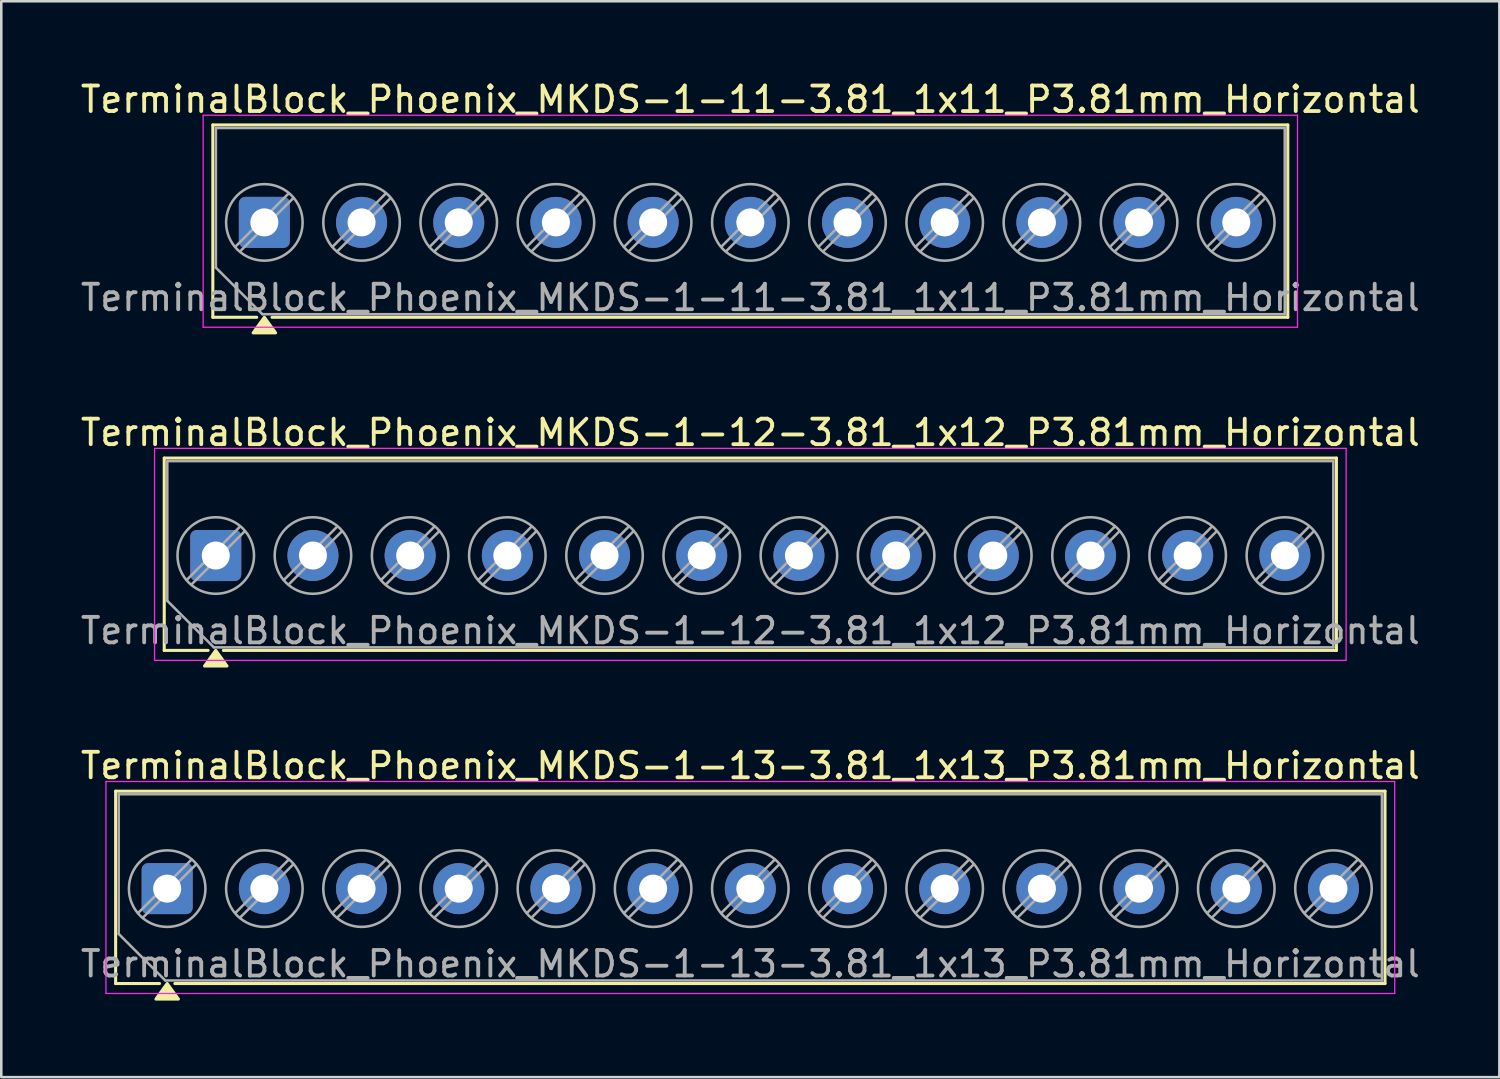
<source format=kicad_pcb>
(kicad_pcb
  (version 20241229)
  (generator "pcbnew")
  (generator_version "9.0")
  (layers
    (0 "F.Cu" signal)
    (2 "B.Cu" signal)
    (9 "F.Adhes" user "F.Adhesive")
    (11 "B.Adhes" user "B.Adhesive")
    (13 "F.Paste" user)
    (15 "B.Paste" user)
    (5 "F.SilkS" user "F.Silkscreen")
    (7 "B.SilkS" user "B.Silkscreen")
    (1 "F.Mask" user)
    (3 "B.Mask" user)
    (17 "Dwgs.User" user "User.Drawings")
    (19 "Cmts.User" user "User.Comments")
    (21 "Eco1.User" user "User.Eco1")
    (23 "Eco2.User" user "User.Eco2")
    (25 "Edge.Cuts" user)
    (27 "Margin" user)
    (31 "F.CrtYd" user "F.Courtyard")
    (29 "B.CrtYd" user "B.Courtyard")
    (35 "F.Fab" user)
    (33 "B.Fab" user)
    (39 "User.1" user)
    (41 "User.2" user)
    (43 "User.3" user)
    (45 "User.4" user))
  (footprint "TerminalBlock_Phoenix_MKDS-1-13-3.81_1x13_P3.81mm_Horizontal"
    (layer "F.Cu")
    (at 3.503 31.785)
    (property "Reference" "TerminalBlock_Phoenix_MKDS-1-13-3.81_1x13_P3.81mm_Horizontal" (at 22.86 -4.82 0) (layer "F.SilkS") (effects (font (size 1 1) (thickness 0.15))))
    (attr through_hole)
    (fp_line (start -2.02 -3.82) (end -2.02 3.72) (stroke (width 0.12) (type solid)) (layer "F.SilkS"))
    (fp_line (start -2.02 -3.82) (end 47.74 -3.82) (stroke (width 0.12) (type solid)) (layer "F.SilkS"))
    (fp_line (start -2.02 3.72) (end -0.3 3.72) (stroke (width 0.12) (type solid)) (layer "F.SilkS"))
    (fp_line (start 0.3 3.72) (end 47.74 3.72) (stroke (width 0.12) (type solid)) (layer "F.SilkS"))
    (fp_line (start 47.74 -3.82) (end 47.74 3.72) (stroke (width 0.12) (type solid)) (layer "F.SilkS"))
    (fp_poly (pts (xy 0 3.72) (xy 0.44 4.33) (xy -0.44 4.33)) (stroke (width 0.12) (type solid)) (fill yes) (layer "F.SilkS"))
    (fp_line (start -2.4 -4.2) (end -2.4 4.11) (stroke (width 0.05) (type solid)) (layer "F.CrtYd"))
    (fp_line (start -2.4 4.11) (end 48.12 4.11) (stroke (width 0.05) (type solid)) (layer "F.CrtYd"))
    (fp_line (start 48.12 -4.2) (end -2.4 -4.2) (stroke (width 0.05) (type solid)) (layer "F.CrtYd"))
    (fp_line (start 48.12 4.11) (end 48.12 -4.2) (stroke (width 0.05) (type solid)) (layer "F.CrtYd"))
    (fp_line (start -1.9 -3.7) (end 47.62 -3.7) (stroke (width 0.1) (type solid)) (layer "F.Fab"))
    (fp_line (start -1.9 1.775) (end -1.9 -3.7) (stroke (width 0.1) (type solid)) (layer "F.Fab"))
    (fp_line (start -0.075 3.6) (end -1.9 1.775) (stroke (width 0.1) (type solid)) (layer "F.Fab"))
    (fp_line (start 0.955 -1.138) (end -1.138 0.955) (stroke (width 0.1) (type solid)) (layer "F.Fab"))
    (fp_line (start 1.138 -0.955) (end -0.955 1.138) (stroke (width 0.1) (type solid)) (layer "F.Fab"))
    (fp_line (start 4.765 -1.138) (end 2.672 0.955) (stroke (width 0.1) (type solid)) (layer "F.Fab"))
    (fp_line (start 4.948 -0.955) (end 2.855 1.138) (stroke (width 0.1) (type solid)) (layer "F.Fab"))
    (fp_line (start 8.575 -1.138) (end 6.482 0.955) (stroke (width 0.1) (type solid)) (layer "F.Fab"))
    (fp_line (start 8.758 -0.955) (end 6.665 1.138) (stroke (width 0.1) (type solid)) (layer "F.Fab"))
    (fp_line (start 12.385 -1.138) (end 10.292 0.955) (stroke (width 0.1) (type solid)) (layer "F.Fab"))
    (fp_line (start 12.568 -0.955) (end 10.475 1.138) (stroke (width 0.1) (type solid)) (layer "F.Fab"))
    (fp_line (start 16.195 -1.138) (end 14.102 0.955) (stroke (width 0.1) (type solid)) (layer "F.Fab"))
    (fp_line (start 16.378 -0.955) (end 14.285 1.138) (stroke (width 0.1) (type solid)) (layer "F.Fab"))
    (fp_line (start 20.005 -1.138) (end 17.912 0.955) (stroke (width 0.1) (type solid)) (layer "F.Fab"))
    (fp_line (start 20.188 -0.955) (end 18.095 1.138) (stroke (width 0.1) (type solid)) (layer "F.Fab"))
    (fp_line (start 23.815 -1.138) (end 21.722 0.955) (stroke (width 0.1) (type solid)) (layer "F.Fab"))
    (fp_line (start 23.998 -0.955) (end 21.905 1.138) (stroke (width 0.1) (type solid)) (layer "F.Fab"))
    (fp_line (start 27.625 -1.138) (end 25.532 0.955) (stroke (width 0.1) (type solid)) (layer "F.Fab"))
    (fp_line (start 27.808 -0.955) (end 25.715 1.138) (stroke (width 0.1) (type solid)) (layer "F.Fab"))
    (fp_line (start 31.435 -1.138) (end 29.342 0.955) (stroke (width 0.1) (type solid)) (layer "F.Fab"))
    (fp_line (start 31.618 -0.955) (end 29.525 1.138) (stroke (width 0.1) (type solid)) (layer "F.Fab"))
    (fp_line (start 35.245 -1.138) (end 33.152 0.955) (stroke (width 0.1) (type solid)) (layer "F.Fab"))
    (fp_line (start 35.428 -0.955) (end 33.335 1.138) (stroke (width 0.1) (type solid)) (layer "F.Fab"))
    (fp_line (start 39.055 -1.138) (end 36.962 0.955) (stroke (width 0.1) (type solid)) (layer "F.Fab"))
    (fp_line (start 39.238 -0.955) (end 37.145 1.138) (stroke (width 0.1) (type solid)) (layer "F.Fab"))
    (fp_line (start 42.865 -1.138) (end 40.772 0.955) (stroke (width 0.1) (type solid)) (layer "F.Fab"))
    (fp_line (start 43.048 -0.955) (end 40.955 1.138) (stroke (width 0.1) (type solid)) (layer "F.Fab"))
    (fp_line (start 46.675 -1.138) (end 44.582 0.955) (stroke (width 0.1) (type solid)) (layer "F.Fab"))
    (fp_line (start 46.858 -0.955) (end 44.765 1.138) (stroke (width 0.1) (type solid)) (layer "F.Fab"))
    (fp_line (start 47.62 -3.7) (end 47.62 3.6) (stroke (width 0.1) (type solid)) (layer "F.Fab"))
    (fp_line (start 47.62 3.6) (end -0.075 3.6) (stroke (width 0.1) (type solid)) (layer "F.Fab"))
    (fp_circle (center 0 0) (end 1.5 0) (stroke (width 0.1) (type solid)) (fill no) (layer "F.Fab"))
    (fp_circle (center 3.81 0) (end 5.31 0) (stroke (width 0.1) (type solid)) (fill no) (layer "F.Fab"))
    (fp_circle (center 7.62 0) (end 9.12 0) (stroke (width 0.1) (type solid)) (fill no) (layer "F.Fab"))
    (fp_circle (center 11.43 0) (end 12.93 0) (stroke (width 0.1) (type solid)) (fill no) (layer "F.Fab"))
    (fp_circle (center 15.24 0) (end 16.74 0) (stroke (width 0.1) (type solid)) (fill no) (layer "F.Fab"))
    (fp_circle (center 19.05 0) (end 20.55 0) (stroke (width 0.1) (type solid)) (fill no) (layer "F.Fab"))
    (fp_circle (center 22.86 0) (end 24.36 0) (stroke (width 0.1) (type solid)) (fill no) (layer "F.Fab"))
    (fp_circle (center 26.67 0) (end 28.17 0) (stroke (width 0.1) (type solid)) (fill no) (layer "F.Fab"))
    (fp_circle (center 30.48 0) (end 31.98 0) (stroke (width 0.1) (type solid)) (fill no) (layer "F.Fab"))
    (fp_circle (center 34.29 0) (end 35.79 0) (stroke (width 0.1) (type solid)) (fill no) (layer "F.Fab"))
    (fp_circle (center 38.1 0) (end 39.6 0) (stroke (width 0.1) (type solid)) (fill no) (layer "F.Fab"))
    (fp_circle (center 41.91 0) (end 43.41 0) (stroke (width 0.1) (type solid)) (fill no) (layer "F.Fab"))
    (fp_circle (center 45.72 0) (end 47.22 0) (stroke (width 0.1) (type solid)) (fill no) (layer "F.Fab"))
    (fp_text user "${REFERENCE}" (at 22.86 2.95 0) (layer "F.Fab") (effects (font (size 1 1) (thickness 0.15))))
    (pad "1" thru_hole roundrect (at 0 0) (size 2 2) (drill 1.1) (layers "*.Cu" "*.Mask") (roundrect_rratio 0.125))
    (pad "2" thru_hole circle (at 3.81 0) (size 2 2) (drill 1.1) (layers "*.Cu" "*.Mask"))
    (pad "3" thru_hole circle (at 7.62 0) (size 2 2) (drill 1.1) (layers "*.Cu" "*.Mask"))
    (pad "4" thru_hole circle (at 11.43 0) (size 2 2) (drill 1.1) (layers "*.Cu" "*.Mask"))
    (pad "5" thru_hole circle (at 15.24 0) (size 2 2) (drill 1.1) (layers "*.Cu" "*.Mask"))
    (pad "6" thru_hole circle (at 19.05 0) (size 2 2) (drill 1.1) (layers "*.Cu" "*.Mask"))
    (pad "7" thru_hole circle (at 22.86 0) (size 2 2) (drill 1.1) (layers "*.Cu" "*.Mask"))
    (pad "8" thru_hole circle (at 26.67 0) (size 2 2) (drill 1.1) (layers "*.Cu" "*.Mask"))
    (pad "9" thru_hole circle (at 30.48 0) (size 2 2) (drill 1.1) (layers "*.Cu" "*.Mask"))
    (pad "10" thru_hole circle (at 34.29 0) (size 2 2) (drill 1.1) (layers "*.Cu" "*.Mask"))
    (pad "11" thru_hole circle (at 38.1 0) (size 2 2) (drill 1.1) (layers "*.Cu" "*.Mask"))
    (pad "12" thru_hole circle (at 41.91 0) (size 2 2) (drill 1.1) (layers "*.Cu" "*.Mask"))
    (pad "13" thru_hole circle (at 45.72 0) (size 2 2) (drill 1.1) (layers "*.Cu" "*.Mask")))
  (footprint "TerminalBlock_Phoenix_MKDS-1-11-3.81_1x11_P3.81mm_Horizontal"
    (layer "F.Cu")
    (at 7.313 5.668)
    (property "Reference" "TerminalBlock_Phoenix_MKDS-1-11-3.81_1x11_P3.81mm_Horizontal" (at 19.05 -4.82 0) (layer "F.SilkS") (effects (font (size 1 1) (thickness 0.15))))
    (attr through_hole)
    (fp_line (start -2.02 -3.82) (end -2.02 3.72) (stroke (width 0.12) (type solid)) (layer "F.SilkS"))
    (fp_line (start -2.02 -3.82) (end 40.12 -3.82) (stroke (width 0.12) (type solid)) (layer "F.SilkS"))
    (fp_line (start -2.02 3.72) (end -0.3 3.72) (stroke (width 0.12) (type solid)) (layer "F.SilkS"))
    (fp_line (start 0.3 3.72) (end 40.12 3.72) (stroke (width 0.12) (type solid)) (layer "F.SilkS"))
    (fp_line (start 40.12 -3.82) (end 40.12 3.72) (stroke (width 0.12) (type solid)) (layer "F.SilkS"))
    (fp_poly (pts (xy 0 3.72) (xy 0.44 4.33) (xy -0.44 4.33)) (stroke (width 0.12) (type solid)) (fill yes) (layer "F.SilkS"))
    (fp_line (start -2.4 -4.2) (end -2.4 4.11) (stroke (width 0.05) (type solid)) (layer "F.CrtYd"))
    (fp_line (start -2.4 4.11) (end 40.5 4.11) (stroke (width 0.05) (type solid)) (layer "F.CrtYd"))
    (fp_line (start 40.5 -4.2) (end -2.4 -4.2) (stroke (width 0.05) (type solid)) (layer "F.CrtYd"))
    (fp_line (start 40.5 4.11) (end 40.5 -4.2) (stroke (width 0.05) (type solid)) (layer "F.CrtYd"))
    (fp_line (start -1.9 -3.7) (end 40 -3.7) (stroke (width 0.1) (type solid)) (layer "F.Fab"))
    (fp_line (start -1.9 1.775) (end -1.9 -3.7) (stroke (width 0.1) (type solid)) (layer "F.Fab"))
    (fp_line (start -0.075 3.6) (end -1.9 1.775) (stroke (width 0.1) (type solid)) (layer "F.Fab"))
    (fp_line (start 0.955 -1.138) (end -1.138 0.955) (stroke (width 0.1) (type solid)) (layer "F.Fab"))
    (fp_line (start 1.138 -0.955) (end -0.955 1.138) (stroke (width 0.1) (type solid)) (layer "F.Fab"))
    (fp_line (start 4.765 -1.138) (end 2.672 0.955) (stroke (width 0.1) (type solid)) (layer "F.Fab"))
    (fp_line (start 4.948 -0.955) (end 2.855 1.138) (stroke (width 0.1) (type solid)) (layer "F.Fab"))
    (fp_line (start 8.575 -1.138) (end 6.482 0.955) (stroke (width 0.1) (type solid)) (layer "F.Fab"))
    (fp_line (start 8.758 -0.955) (end 6.665 1.138) (stroke (width 0.1) (type solid)) (layer "F.Fab"))
    (fp_line (start 12.385 -1.138) (end 10.292 0.955) (stroke (width 0.1) (type solid)) (layer "F.Fab"))
    (fp_line (start 12.568 -0.955) (end 10.475 1.138) (stroke (width 0.1) (type solid)) (layer "F.Fab"))
    (fp_line (start 16.195 -1.138) (end 14.102 0.955) (stroke (width 0.1) (type solid)) (layer "F.Fab"))
    (fp_line (start 16.378 -0.955) (end 14.285 1.138) (stroke (width 0.1) (type solid)) (layer "F.Fab"))
    (fp_line (start 20.005 -1.138) (end 17.912 0.955) (stroke (width 0.1) (type solid)) (layer "F.Fab"))
    (fp_line (start 20.188 -0.955) (end 18.095 1.138) (stroke (width 0.1) (type solid)) (layer "F.Fab"))
    (fp_line (start 23.815 -1.138) (end 21.722 0.955) (stroke (width 0.1) (type solid)) (layer "F.Fab"))
    (fp_line (start 23.998 -0.955) (end 21.905 1.138) (stroke (width 0.1) (type solid)) (layer "F.Fab"))
    (fp_line (start 27.625 -1.138) (end 25.532 0.955) (stroke (width 0.1) (type solid)) (layer "F.Fab"))
    (fp_line (start 27.808 -0.955) (end 25.715 1.138) (stroke (width 0.1) (type solid)) (layer "F.Fab"))
    (fp_line (start 31.435 -1.138) (end 29.342 0.955) (stroke (width 0.1) (type solid)) (layer "F.Fab"))
    (fp_line (start 31.618 -0.955) (end 29.525 1.138) (stroke (width 0.1) (type solid)) (layer "F.Fab"))
    (fp_line (start 35.245 -1.138) (end 33.152 0.955) (stroke (width 0.1) (type solid)) (layer "F.Fab"))
    (fp_line (start 35.428 -0.955) (end 33.335 1.138) (stroke (width 0.1) (type solid)) (layer "F.Fab"))
    (fp_line (start 39.055 -1.138) (end 36.962 0.955) (stroke (width 0.1) (type solid)) (layer "F.Fab"))
    (fp_line (start 39.238 -0.955) (end 37.145 1.138) (stroke (width 0.1) (type solid)) (layer "F.Fab"))
    (fp_line (start 40 -3.7) (end 40 3.6) (stroke (width 0.1) (type solid)) (layer "F.Fab"))
    (fp_line (start 40 3.6) (end -0.075 3.6) (stroke (width 0.1) (type solid)) (layer "F.Fab"))
    (fp_circle (center 0 0) (end 1.5 0) (stroke (width 0.1) (type solid)) (fill no) (layer "F.Fab"))
    (fp_circle (center 3.81 0) (end 5.31 0) (stroke (width 0.1) (type solid)) (fill no) (layer "F.Fab"))
    (fp_circle (center 7.62 0) (end 9.12 0) (stroke (width 0.1) (type solid)) (fill no) (layer "F.Fab"))
    (fp_circle (center 11.43 0) (end 12.93 0) (stroke (width 0.1) (type solid)) (fill no) (layer "F.Fab"))
    (fp_circle (center 15.24 0) (end 16.74 0) (stroke (width 0.1) (type solid)) (fill no) (layer "F.Fab"))
    (fp_circle (center 19.05 0) (end 20.55 0) (stroke (width 0.1) (type solid)) (fill no) (layer "F.Fab"))
    (fp_circle (center 22.86 0) (end 24.36 0) (stroke (width 0.1) (type solid)) (fill no) (layer "F.Fab"))
    (fp_circle (center 26.67 0) (end 28.17 0) (stroke (width 0.1) (type solid)) (fill no) (layer "F.Fab"))
    (fp_circle (center 30.48 0) (end 31.98 0) (stroke (width 0.1) (type solid)) (fill no) (layer "F.Fab"))
    (fp_circle (center 34.29 0) (end 35.79 0) (stroke (width 0.1) (type solid)) (fill no) (layer "F.Fab"))
    (fp_circle (center 38.1 0) (end 39.6 0) (stroke (width 0.1) (type solid)) (fill no) (layer "F.Fab"))
    (fp_text user "${REFERENCE}" (at 19.05 2.95 0) (layer "F.Fab") (effects (font (size 1 1) (thickness 0.15))))
    (pad "1" thru_hole roundrect (at 0 0) (size 2 2) (drill 1.1) (layers "*.Cu" "*.Mask") (roundrect_rratio 0.125))
    (pad "2" thru_hole circle (at 3.81 0) (size 2 2) (drill 1.1) (layers "*.Cu" "*.Mask"))
    (pad "3" thru_hole circle (at 7.62 0) (size 2 2) (drill 1.1) (layers "*.Cu" "*.Mask"))
    (pad "4" thru_hole circle (at 11.43 0) (size 2 2) (drill 1.1) (layers "*.Cu" "*.Mask"))
    (pad "5" thru_hole circle (at 15.24 0) (size 2 2) (drill 1.1) (layers "*.Cu" "*.Mask"))
    (pad "6" thru_hole circle (at 19.05 0) (size 2 2) (drill 1.1) (layers "*.Cu" "*.Mask"))
    (pad "7" thru_hole circle (at 22.86 0) (size 2 2) (drill 1.1) (layers "*.Cu" "*.Mask"))
    (pad "8" thru_hole circle (at 26.67 0) (size 2 2) (drill 1.1) (layers "*.Cu" "*.Mask"))
    (pad "9" thru_hole circle (at 30.48 0) (size 2 2) (drill 1.1) (layers "*.Cu" "*.Mask"))
    (pad "10" thru_hole circle (at 34.29 0) (size 2 2) (drill 1.1) (layers "*.Cu" "*.Mask"))
    (pad "11" thru_hole circle (at 38.1 0) (size 2 2) (drill 1.1) (layers "*.Cu" "*.Mask")))
  (footprint "TerminalBlock_Phoenix_MKDS-1-12-3.81_1x12_P3.81mm_Horizontal"
    (layer "F.Cu")
    (at 5.408 18.727)
    (property "Reference" "TerminalBlock_Phoenix_MKDS-1-12-3.81_1x12_P3.81mm_Horizontal" (at 20.955 -4.82 0) (layer "F.SilkS") (effects (font (size 1 1) (thickness 0.15))))
    (attr through_hole)
    (fp_line (start -2.02 -3.82) (end -2.02 3.72) (stroke (width 0.12) (type solid)) (layer "F.SilkS"))
    (fp_line (start -2.02 -3.82) (end 43.93 -3.82) (stroke (width 0.12) (type solid)) (layer "F.SilkS"))
    (fp_line (start -2.02 3.72) (end -0.3 3.72) (stroke (width 0.12) (type solid)) (layer "F.SilkS"))
    (fp_line (start 0.3 3.72) (end 43.93 3.72) (stroke (width 0.12) (type solid)) (layer "F.SilkS"))
    (fp_line (start 43.93 -3.82) (end 43.93 3.72) (stroke (width 0.12) (type solid)) (layer "F.SilkS"))
    (fp_poly (pts (xy 0 3.72) (xy 0.44 4.33) (xy -0.44 4.33)) (stroke (width 0.12) (type solid)) (fill yes) (layer "F.SilkS"))
    (fp_line (start -2.4 -4.2) (end -2.4 4.11) (stroke (width 0.05) (type solid)) (layer "F.CrtYd"))
    (fp_line (start -2.4 4.11) (end 44.31 4.11) (stroke (width 0.05) (type solid)) (layer "F.CrtYd"))
    (fp_line (start 44.31 -4.2) (end -2.4 -4.2) (stroke (width 0.05) (type solid)) (layer "F.CrtYd"))
    (fp_line (start 44.31 4.11) (end 44.31 -4.2) (stroke (width 0.05) (type solid)) (layer "F.CrtYd"))
    (fp_line (start -1.9 -3.7) (end 43.81 -3.7) (stroke (width 0.1) (type solid)) (layer "F.Fab"))
    (fp_line (start -1.9 1.775) (end -1.9 -3.7) (stroke (width 0.1) (type solid)) (layer "F.Fab"))
    (fp_line (start -0.075 3.6) (end -1.9 1.775) (stroke (width 0.1) (type solid)) (layer "F.Fab"))
    (fp_line (start 0.955 -1.138) (end -1.138 0.955) (stroke (width 0.1) (type solid)) (layer "F.Fab"))
    (fp_line (start 1.138 -0.955) (end -0.955 1.138) (stroke (width 0.1) (type solid)) (layer "F.Fab"))
    (fp_line (start 4.765 -1.138) (end 2.672 0.955) (stroke (width 0.1) (type solid)) (layer "F.Fab"))
    (fp_line (start 4.948 -0.955) (end 2.855 1.138) (stroke (width 0.1) (type solid)) (layer "F.Fab"))
    (fp_line (start 8.575 -1.138) (end 6.482 0.955) (stroke (width 0.1) (type solid)) (layer "F.Fab"))
    (fp_line (start 8.758 -0.955) (end 6.665 1.138) (stroke (width 0.1) (type solid)) (layer "F.Fab"))
    (fp_line (start 12.385 -1.138) (end 10.292 0.955) (stroke (width 0.1) (type solid)) (layer "F.Fab"))
    (fp_line (start 12.568 -0.955) (end 10.475 1.138) (stroke (width 0.1) (type solid)) (layer "F.Fab"))
    (fp_line (start 16.195 -1.138) (end 14.102 0.955) (stroke (width 0.1) (type solid)) (layer "F.Fab"))
    (fp_line (start 16.378 -0.955) (end 14.285 1.138) (stroke (width 0.1) (type solid)) (layer "F.Fab"))
    (fp_line (start 20.005 -1.138) (end 17.912 0.955) (stroke (width 0.1) (type solid)) (layer "F.Fab"))
    (fp_line (start 20.188 -0.955) (end 18.095 1.138) (stroke (width 0.1) (type solid)) (layer "F.Fab"))
    (fp_line (start 23.815 -1.138) (end 21.722 0.955) (stroke (width 0.1) (type solid)) (layer "F.Fab"))
    (fp_line (start 23.998 -0.955) (end 21.905 1.138) (stroke (width 0.1) (type solid)) (layer "F.Fab"))
    (fp_line (start 27.625 -1.138) (end 25.532 0.955) (stroke (width 0.1) (type solid)) (layer "F.Fab"))
    (fp_line (start 27.808 -0.955) (end 25.715 1.138) (stroke (width 0.1) (type solid)) (layer "F.Fab"))
    (fp_line (start 31.435 -1.138) (end 29.342 0.955) (stroke (width 0.1) (type solid)) (layer "F.Fab"))
    (fp_line (start 31.618 -0.955) (end 29.525 1.138) (stroke (width 0.1) (type solid)) (layer "F.Fab"))
    (fp_line (start 35.245 -1.138) (end 33.152 0.955) (stroke (width 0.1) (type solid)) (layer "F.Fab"))
    (fp_line (start 35.428 -0.955) (end 33.335 1.138) (stroke (width 0.1) (type solid)) (layer "F.Fab"))
    (fp_line (start 39.055 -1.138) (end 36.962 0.955) (stroke (width 0.1) (type solid)) (layer "F.Fab"))
    (fp_line (start 39.238 -0.955) (end 37.145 1.138) (stroke (width 0.1) (type solid)) (layer "F.Fab"))
    (fp_line (start 42.865 -1.138) (end 40.772 0.955) (stroke (width 0.1) (type solid)) (layer "F.Fab"))
    (fp_line (start 43.048 -0.955) (end 40.955 1.138) (stroke (width 0.1) (type solid)) (layer "F.Fab"))
    (fp_line (start 43.81 -3.7) (end 43.81 3.6) (stroke (width 0.1) (type solid)) (layer "F.Fab"))
    (fp_line (start 43.81 3.6) (end -0.075 3.6) (stroke (width 0.1) (type solid)) (layer "F.Fab"))
    (fp_circle (center 0 0) (end 1.5 0) (stroke (width 0.1) (type solid)) (fill no) (layer "F.Fab"))
    (fp_circle (center 3.81 0) (end 5.31 0) (stroke (width 0.1) (type solid)) (fill no) (layer "F.Fab"))
    (fp_circle (center 7.62 0) (end 9.12 0) (stroke (width 0.1) (type solid)) (fill no) (layer "F.Fab"))
    (fp_circle (center 11.43 0) (end 12.93 0) (stroke (width 0.1) (type solid)) (fill no) (layer "F.Fab"))
    (fp_circle (center 15.24 0) (end 16.74 0) (stroke (width 0.1) (type solid)) (fill no) (layer "F.Fab"))
    (fp_circle (center 19.05 0) (end 20.55 0) (stroke (width 0.1) (type solid)) (fill no) (layer "F.Fab"))
    (fp_circle (center 22.86 0) (end 24.36 0) (stroke (width 0.1) (type solid)) (fill no) (layer "F.Fab"))
    (fp_circle (center 26.67 0) (end 28.17 0) (stroke (width 0.1) (type solid)) (fill no) (layer "F.Fab"))
    (fp_circle (center 30.48 0) (end 31.98 0) (stroke (width 0.1) (type solid)) (fill no) (layer "F.Fab"))
    (fp_circle (center 34.29 0) (end 35.79 0) (stroke (width 0.1) (type solid)) (fill no) (layer "F.Fab"))
    (fp_circle (center 38.1 0) (end 39.6 0) (stroke (width 0.1) (type solid)) (fill no) (layer "F.Fab"))
    (fp_circle (center 41.91 0) (end 43.41 0) (stroke (width 0.1) (type solid)) (fill no) (layer "F.Fab"))
    (fp_text user "${REFERENCE}" (at 20.955 2.95 0) (layer "F.Fab") (effects (font (size 1 1) (thickness 0.15))))
    (pad "1" thru_hole roundrect (at 0 0) (size 2 2) (drill 1.1) (layers "*.Cu" "*.Mask") (roundrect_rratio 0.125))
    (pad "2" thru_hole circle (at 3.81 0) (size 2 2) (drill 1.1) (layers "*.Cu" "*.Mask"))
    (pad "3" thru_hole circle (at 7.62 0) (size 2 2) (drill 1.1) (layers "*.Cu" "*.Mask"))
    (pad "4" thru_hole circle (at 11.43 0) (size 2 2) (drill 1.1) (layers "*.Cu" "*.Mask"))
    (pad "5" thru_hole circle (at 15.24 0) (size 2 2) (drill 1.1) (layers "*.Cu" "*.Mask"))
    (pad "6" thru_hole circle (at 19.05 0) (size 2 2) (drill 1.1) (layers "*.Cu" "*.Mask"))
    (pad "7" thru_hole circle (at 22.86 0) (size 2 2) (drill 1.1) (layers "*.Cu" "*.Mask"))
    (pad "8" thru_hole circle (at 26.67 0) (size 2 2) (drill 1.1) (layers "*.Cu" "*.Mask"))
    (pad "9" thru_hole circle (at 30.48 0) (size 2 2) (drill 1.1) (layers "*.Cu" "*.Mask"))
    (pad "10" thru_hole circle (at 34.29 0) (size 2 2) (drill 1.1) (layers "*.Cu" "*.Mask"))
    (pad "11" thru_hole circle (at 38.1 0) (size 2 2) (drill 1.1) (layers "*.Cu" "*.Mask"))
    (pad "12" thru_hole circle (at 41.91 0) (size 2 2) (drill 1.1) (layers "*.Cu" "*.Mask")))
  (gr_rect
    (start -3 -3)
    (end 55.726 39.175)
    (stroke (width 0.1) (type default))
    (fill no)
    (layer "Edge.Cuts")))
</source>
